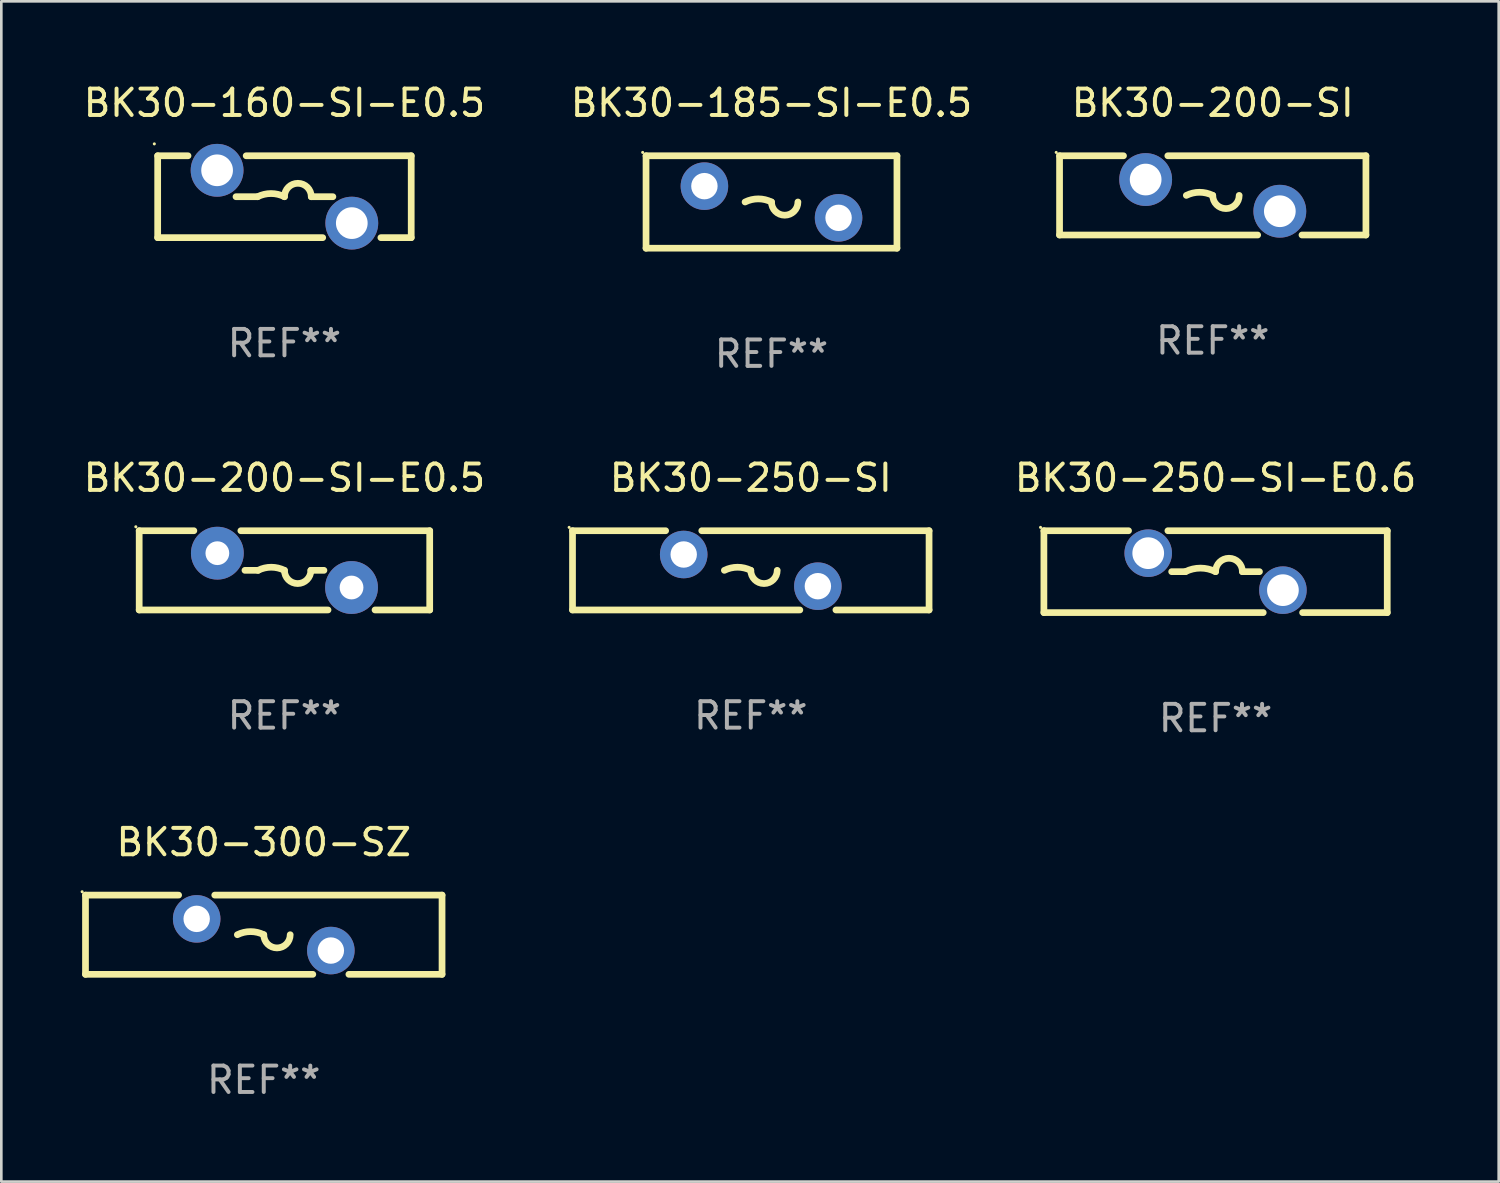
<source format=kicad_pcb>
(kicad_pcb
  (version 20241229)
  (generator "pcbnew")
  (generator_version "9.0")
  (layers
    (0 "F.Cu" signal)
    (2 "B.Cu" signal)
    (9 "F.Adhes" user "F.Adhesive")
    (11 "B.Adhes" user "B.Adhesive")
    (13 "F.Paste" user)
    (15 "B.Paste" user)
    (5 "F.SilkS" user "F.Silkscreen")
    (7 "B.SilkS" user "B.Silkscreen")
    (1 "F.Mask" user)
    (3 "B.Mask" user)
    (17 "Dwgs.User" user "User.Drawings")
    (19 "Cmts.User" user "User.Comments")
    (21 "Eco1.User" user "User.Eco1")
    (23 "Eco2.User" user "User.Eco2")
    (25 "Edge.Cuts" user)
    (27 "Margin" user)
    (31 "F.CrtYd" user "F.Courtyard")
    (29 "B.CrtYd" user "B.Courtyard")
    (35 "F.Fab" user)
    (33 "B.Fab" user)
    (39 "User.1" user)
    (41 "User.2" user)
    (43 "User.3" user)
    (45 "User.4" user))
  (footprint "BK30-250-SI-E0.6"
    (layer "F.Cu")
    (at 42.975 18.595)
    (property "Reference" "BK30-250-SI-E0.6" (at 0 -3.55 0) (layer "F.SilkS") (effects (font (size 1 1) (thickness 0.15))))
    (attr through_hole)
    (fp_line (start -6.5 1.55) (end -6.5 -1.55) (stroke (width 0.254) (type solid)) (layer "F.SilkS"))
    (fp_line (start -6.5 1.55) (end 1.805 1.55) (stroke (width 0.254) (type solid)) (layer "F.SilkS"))
    (fp_line (start -6.5 -1.55) (end -3.295 -1.55) (stroke (width 0.254) (type solid)) (layer "F.SilkS"))
    (fp_line (start -1.805 -1.55) (end 6.5 -1.55) (stroke (width 0.254) (type solid)) (layer "F.SilkS"))
    (fp_line (start -1.662 0) (end -1.143 0) (stroke (width 0.254) (type solid)) (layer "F.SilkS"))
    (fp_line (start 1.662 0) (end 1.016 0) (stroke (width 0.254) (type solid)) (layer "F.SilkS"))
    (fp_line (start 3.295 1.55) (end 6.5 1.55) (stroke (width 0.254) (type solid)) (layer "F.SilkS"))
    (fp_line (start 6.5 -1.55) (end 6.5 1.55) (stroke (width 0.254) (type solid)) (layer "F.SilkS"))
    (fp_arc (start -1.143002 0) (mid -0.571501 -0.134913) (end 0 0) (stroke (width 0.254001) (type solid)) (layer "F.SilkS"))
    (fp_arc (start 0 0) (mid 0.508001 -0.508001) (end 1.016002 0) (stroke (width 0.254001) (type solid)) (layer "F.SilkS"))
    (fp_circle (center -6.627 -1.677) (end -6.597 -1.677) (stroke (width 0.06) (type solid)) (fill no) (layer "F.SilkS"))
    (fp_text user "REF**" (at 0 5.55 0) (layer "F.Fab") (effects (font (size 1 1) (thickness 0.15))))
    (pad "1" thru_hole circle (at -2.55 -0.7) (size 1.8 1.8) (drill 1.2) (layers "*.Cu" "*.Mask"))
    (pad "2" thru_hole circle (at 2.55 0.7) (size 1.8 1.8) (drill 1.2) (layers "*.Cu" "*.Mask")))
  (footprint "BK30-250-SI"
    (layer "F.Cu")
    (at 25.377 18.545)
    (property "Reference" "BK30-250-SI" (at 0 -3.5 0) (layer "F.SilkS") (effects (font (size 1 1) (thickness 0.15))))
    (attr through_hole)
    (fp_line (start -6.75 -1.5) (end -3.224 -1.5) (stroke (width 0.254) (type solid)) (layer "F.SilkS"))
    (fp_line (start -6.75 1.5) (end -6.75 -1.5) (stroke (width 0.254) (type solid)) (layer "F.SilkS"))
    (fp_line (start -1.856 -1.5) (end 6.75 -1.5) (stroke (width 0.254) (type solid)) (layer "F.SilkS"))
    (fp_line (start 1.857 1.5) (end -6.75 1.5) (stroke (width 0.254) (type solid)) (layer "F.SilkS"))
    (fp_line (start 6.75 -1.5) (end 6.75 1.5) (stroke (width 0.254) (type solid)) (layer "F.SilkS"))
    (fp_line (start 6.75 1.5) (end 3.223 1.5) (stroke (width 0.254) (type solid)) (layer "F.SilkS"))
    (fp_arc (start -1 -0.000127) (mid -0.5 -0.118148) (end 0 -0.000127) (stroke (width 0.254001) (type solid)) (layer "F.SilkS"))
    (fp_arc (start 1.000762 -0.000127) (mid 0.500381 0.5) (end 0 -0.000127) (stroke (width 0.254001) (type solid)) (layer "F.SilkS"))
    (fp_circle (center -6.877 -1.627) (end -6.847 -1.627) (stroke (width 0.06) (type solid)) (fill no) (layer "F.SilkS"))
    (fp_text user "REF**" (at 0 5.5 0) (layer "F.Fab") (effects (font (size 1 1) (thickness 0.15))))
    (pad "1" thru_hole circle (at -2.54 -0.6) (size 1.8 1.8) (drill 1) (layers "*.Cu" "*.Mask"))
    (pad "2" thru_hole circle (at 2.54 0.6) (size 1.8 1.8) (drill 1) (layers "*.Cu" "*.Mask")))
  (footprint "BK30-160-SI-E0.5"
    (layer "F.Cu")
    (at 7.72 4.398)
    (property "Reference" "BK30-160-SI-E0.5" (at 0 -3.55 0) (layer "F.SilkS") (effects (font (size 1 1) (thickness 0.15))))
    (attr through_hole)
    (fp_line (start -4.8 -1.55) (end -3.651 -1.55) (stroke (width 0.254) (type solid)) (layer "F.SilkS"))
    (fp_line (start -4.8 1.55) (end -4.8 -1.55) (stroke (width 0.254) (type solid)) (layer "F.SilkS"))
    (fp_line (start -4.8 1.55) (end 1.449 1.55) (stroke (width 0.254) (type solid)) (layer "F.SilkS"))
    (fp_line (start -1.834 0) (end -1.016 0) (stroke (width 0.254) (type solid)) (layer "F.SilkS"))
    (fp_line (start -1.449 -1.55) (end 4.8 -1.55) (stroke (width 0.254) (type solid)) (layer "F.SilkS"))
    (fp_line (start 1.834 0) (end 1.016 0) (stroke (width 0.254) (type solid)) (layer "F.SilkS"))
    (fp_line (start 3.651 1.55) (end 4.8 1.55) (stroke (width 0.254) (type solid)) (layer "F.SilkS"))
    (fp_line (start 4.8 -1.55) (end 4.8 1.55) (stroke (width 0.254) (type solid)) (layer "F.SilkS"))
    (fp_arc (start -1.016002 0) (mid -0.508001 -0.119923) (end 0 0) (stroke (width 0.254001) (type solid)) (layer "F.SilkS"))
    (fp_arc (start 0 0) (mid 0.508001 -0.508001) (end 1.016002 0) (stroke (width 0.254001) (type solid)) (layer "F.SilkS"))
    (fp_circle (center -4.927 -2) (end -4.897 -2) (stroke (width 0.06) (type solid)) (fill no) (layer "F.SilkS"))
    (fp_text user "REF**" (at 0 5.55 0) (layer "F.Fab") (effects (font (size 1 1) (thickness 0.15))))
    (pad "1" thru_hole circle (at -2.55 -1) (size 2 2) (drill 1.2) (layers "*.Cu" "*.Mask"))
    (pad "2" thru_hole circle (at 2.55 1) (size 2 2) (drill 1.2) (layers "*.Cu" "*.Mask")))
  (footprint "BK30-185-SI-E0.5"
    (layer "F.Cu")
    (at 26.161 4.598)
    (property "Reference" "BK30-185-SI-E0.5" (at 0 -3.75 0) (layer "F.SilkS") (effects (font (size 1 1) (thickness 0.15))))
    (attr through_hole)
    (fp_line (start -4.75 -1.75) (end -4.75 1.75) (stroke (width 0.254) (type solid)) (layer "F.SilkS"))
    (fp_line (start -4.75 -1.75) (end 4.75 -1.75) (stroke (width 0.254) (type solid)) (layer "F.SilkS"))
    (fp_line (start 4.75 -1.75) (end 4.75 1.75) (stroke (width 0.254) (type solid)) (layer "F.SilkS"))
    (fp_line (start 4.75 1.75) (end -4.75 1.75) (stroke (width 0.254) (type solid)) (layer "F.SilkS"))
    (fp_arc (start -1 -0.000013) (mid -0.5 -0.118034) (end 0 -0.000013) (stroke (width 0.254001) (type solid)) (layer "F.SilkS"))
    (fp_arc (start 1.000762 -0.000013) (mid 0.500381 0.500114) (end 0 -0.000013) (stroke (width 0.254001) (type solid)) (layer "F.SilkS"))
    (fp_circle (center -4.877 -1.877) (end -4.847 -1.877) (stroke (width 0.06) (type solid)) (fill no) (layer "F.SilkS"))
    (fp_text user "REF**" (at 0 5.75 0) (layer "F.Fab") (effects (font (size 1 1) (thickness 0.15))))
    (pad "1" thru_hole circle (at -2.54 -0.6) (size 1.8 1.8) (drill 1) (layers "*.Cu" "*.Mask"))
    (pad "2" thru_hole circle (at 2.54 0.6) (size 1.8 1.8) (drill 1) (layers "*.Cu" "*.Mask")))
  (footprint "BK30-200-SI-E0.5"
    (layer "F.Cu")
    (at 7.72 18.545)
    (property "Reference" "BK30-200-SI-E0.5" (at 0 -3.5 0) (layer "F.SilkS") (effects (font (size 1 1) (thickness 0.15))))
    (attr through_hole)
    (fp_line (start -5.5 -1.5) (end -5.5 1.5) (stroke (width 0.254) (type solid)) (layer "F.SilkS"))
    (fp_line (start -5.5 -1.5) (end -3.43 -1.5) (stroke (width 0.254) (type solid)) (layer "F.SilkS"))
    (fp_line (start -5.5 1.5) (end 1.65 1.5) (stroke (width 0.254) (type solid)) (layer "F.SilkS"))
    (fp_line (start -1.65 -1.5) (end 5.5 -1.5) (stroke (width 0.254) (type solid)) (layer "F.SilkS"))
    (fp_line (start -1 -0.000127) (end -1.495 -0.000127) (stroke (width 0.254) (type solid)) (layer "F.SilkS"))
    (fp_line (start 1.001 -0.000127) (end 1.495 -0.000127) (stroke (width 0.254) (type solid)) (layer "F.SilkS"))
    (fp_line (start 3.43 1.5) (end 5.5 1.5) (stroke (width 0.254) (type solid)) (layer "F.SilkS"))
    (fp_line (start 5.5 -1.5) (end 5.5 1.5) (stroke (width 0.254) (type solid)) (layer "F.SilkS"))
    (fp_arc (start -1 -0.000127) (mid -0.5 -0.118148) (end 0 -0.000127) (stroke (width 0.254001) (type solid)) (layer "F.SilkS"))
    (fp_arc (start 1.000762 -0.000127) (mid 0.500381 0.5) (end 0 -0.000127) (stroke (width 0.254001) (type solid)) (layer "F.SilkS"))
    (fp_circle (center -5.627 -1.65) (end -5.597 -1.65) (stroke (width 0.06) (type solid)) (fill no) (layer "F.SilkS"))
    (fp_text user "REF**" (at 0 5.5 0) (layer "F.Fab") (effects (font (size 1 1) (thickness 0.15))))
    (pad "1" thru_hole circle (at -2.54 -0.65) (size 2 2) (drill 0.9) (layers "*.Cu" "*.Mask"))
    (pad "2" thru_hole circle (at 2.54 0.65) (size 2 2) (drill 0.9) (layers "*.Cu" "*.Mask")))
  (footprint "BK30-300-SZ"
    (layer "F.Cu")
    (at 6.937 32.341)
    (property "Reference" "BK30-300-SZ" (at 0 -3.5 0) (layer "F.SilkS") (effects (font (size 1 1) (thickness 0.15))))
    (attr through_hole)
    (fp_line (start -6.75 -1.5) (end -3.224 -1.5) (stroke (width 0.254) (type solid)) (layer "F.SilkS"))
    (fp_line (start -6.75 1.5) (end -6.75 -1.5) (stroke (width 0.254) (type solid)) (layer "F.SilkS"))
    (fp_line (start -1.856 -1.5) (end 6.75 -1.5) (stroke (width 0.254) (type solid)) (layer "F.SilkS"))
    (fp_line (start 1.857 1.5) (end -6.75 1.5) (stroke (width 0.254) (type solid)) (layer "F.SilkS"))
    (fp_line (start 6.75 -1.5) (end 6.75 1.5) (stroke (width 0.254) (type solid)) (layer "F.SilkS"))
    (fp_line (start 6.75 1.5) (end 3.223 1.5) (stroke (width 0.254) (type solid)) (layer "F.SilkS"))
    (fp_arc (start -1 -0.000127) (mid -0.5 -0.118148) (end 0 -0.000127) (stroke (width 0.254001) (type solid)) (layer "F.SilkS"))
    (fp_arc (start 1.000762 -0.000127) (mid 0.500381 0.5) (end 0 -0.000127) (stroke (width 0.254001) (type solid)) (layer "F.SilkS"))
    (fp_circle (center -6.877 -1.627) (end -6.847 -1.627) (stroke (width 0.06) (type solid)) (fill no) (layer "F.SilkS"))
    (fp_text user "REF**" (at 0 5.5 0) (layer "F.Fab") (effects (font (size 1 1) (thickness 0.15))))
    (pad "1" thru_hole circle (at -2.54 -0.6) (size 1.8 1.8) (drill 1) (layers "*.Cu" "*.Mask"))
    (pad "2" thru_hole circle (at 2.54 0.6) (size 1.8 1.8) (drill 1) (layers "*.Cu" "*.Mask")))
  (footprint "BK30-200-SI"
    (layer "F.Cu")
    (at 42.868 4.348)
    (property "Reference" "BK30-200-SI" (at 0 -3.5 0) (layer "F.SilkS") (effects (font (size 1 1) (thickness 0.15))))
    (attr through_hole)
    (fp_line (start -5.8 -1.5) (end -5.8 1.5) (stroke (width 0.254) (type solid)) (layer "F.SilkS"))
    (fp_line (start -5.8 -1.5) (end -3.379 -1.5) (stroke (width 0.254) (type solid)) (layer "F.SilkS"))
    (fp_line (start -1.701 -1.5) (end 5.8 -1.5) (stroke (width 0.254) (type solid)) (layer "F.SilkS"))
    (fp_line (start 1.701 1.5) (end -5.8 1.5) (stroke (width 0.254) (type solid)) (layer "F.SilkS"))
    (fp_line (start 5.8 -1.5) (end 5.8 1.5) (stroke (width 0.254) (type solid)) (layer "F.SilkS"))
    (fp_line (start 5.8 1.5) (end 3.379 1.5) (stroke (width 0.254) (type solid)) (layer "F.SilkS"))
    (fp_arc (start -1 0) (mid -0.5 -0.118021) (end 0 0) (stroke (width 0.254001) (type solid)) (layer "F.SilkS"))
    (fp_arc (start 1.000762 0) (mid 0.500381 0.500127) (end 0 0) (stroke (width 0.254001) (type solid)) (layer "F.SilkS"))
    (fp_circle (center -5.927 -1.627) (end -5.897 -1.627) (stroke (width 0.06) (type solid)) (fill no) (layer "F.SilkS"))
    (fp_text user "REF**" (at 0 5.5 0) (layer "F.Fab") (effects (font (size 1 1) (thickness 0.15))))
    (pad "1" thru_hole circle (at -2.54 -0.6) (size 2 2) (drill 1.2) (layers "*.Cu" "*.Mask"))
    (pad "2" thru_hole circle (at 2.54 0.6) (size 2 2) (drill 1.2) (layers "*.Cu" "*.Mask")))
  (gr_rect
    (start -3 -3)
    (end 53.695 41.689)
    (stroke (width 0.1) (type default))
    (fill no)
    (layer "Edge.Cuts")))
</source>
